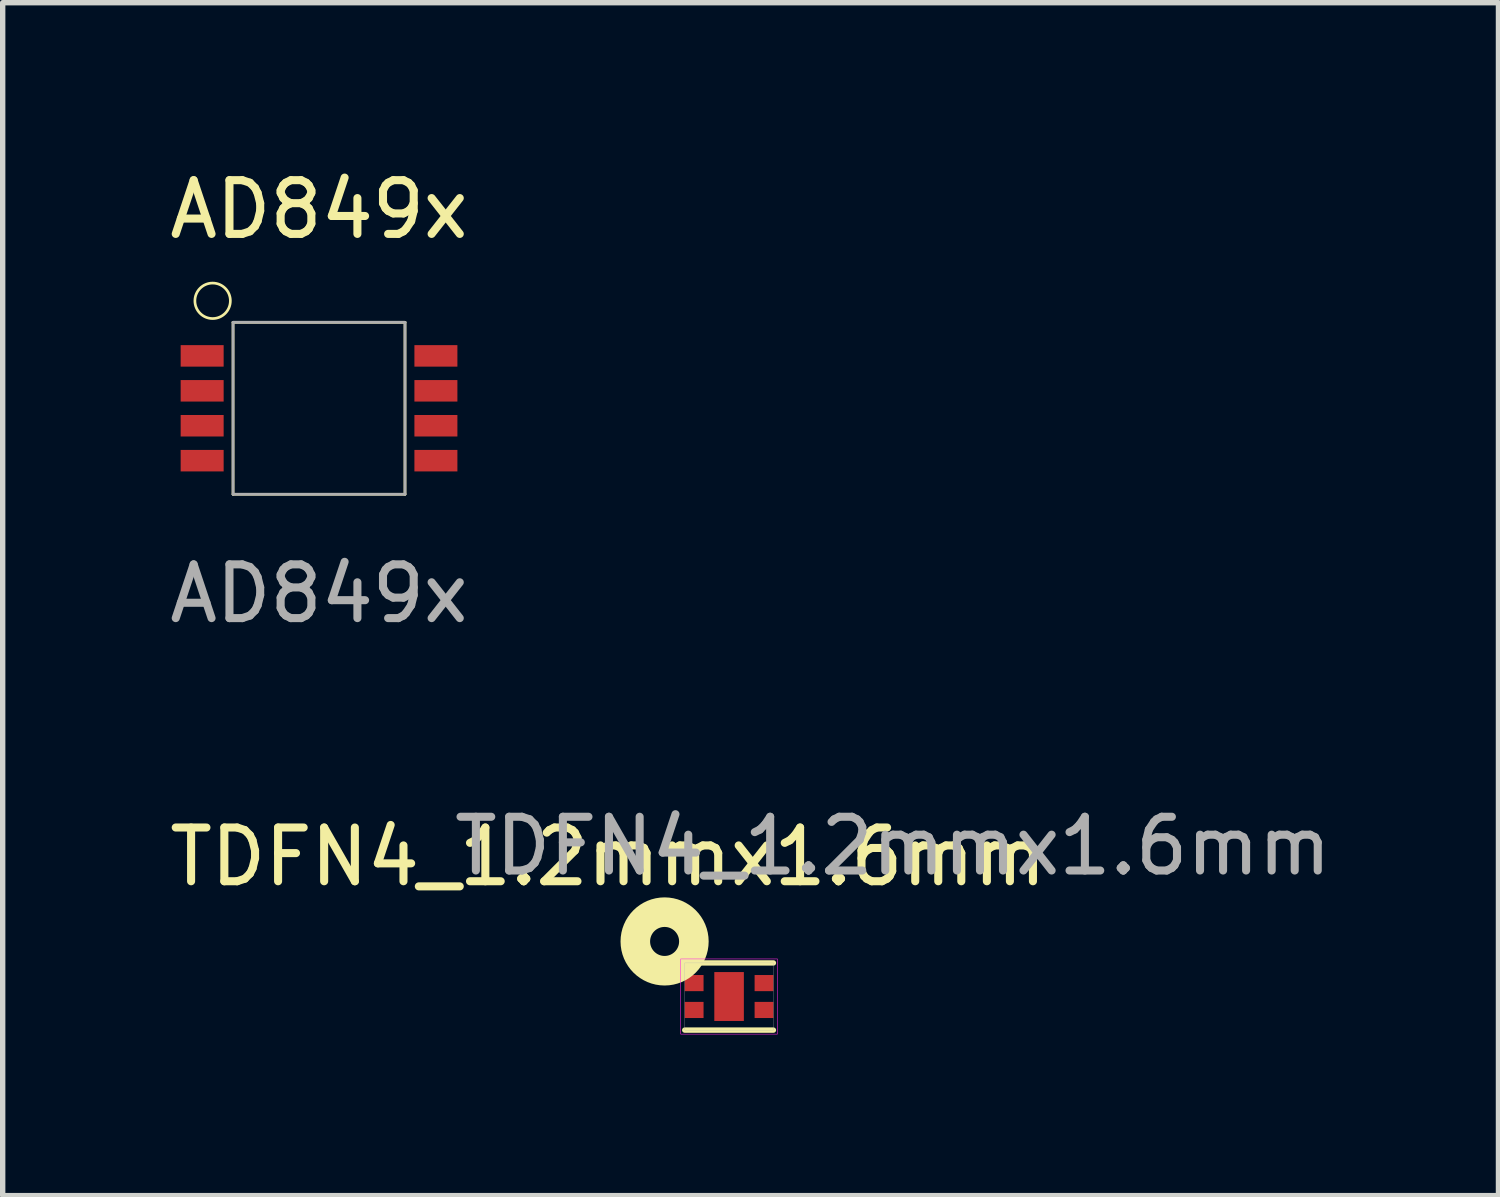
<source format=kicad_pcb>
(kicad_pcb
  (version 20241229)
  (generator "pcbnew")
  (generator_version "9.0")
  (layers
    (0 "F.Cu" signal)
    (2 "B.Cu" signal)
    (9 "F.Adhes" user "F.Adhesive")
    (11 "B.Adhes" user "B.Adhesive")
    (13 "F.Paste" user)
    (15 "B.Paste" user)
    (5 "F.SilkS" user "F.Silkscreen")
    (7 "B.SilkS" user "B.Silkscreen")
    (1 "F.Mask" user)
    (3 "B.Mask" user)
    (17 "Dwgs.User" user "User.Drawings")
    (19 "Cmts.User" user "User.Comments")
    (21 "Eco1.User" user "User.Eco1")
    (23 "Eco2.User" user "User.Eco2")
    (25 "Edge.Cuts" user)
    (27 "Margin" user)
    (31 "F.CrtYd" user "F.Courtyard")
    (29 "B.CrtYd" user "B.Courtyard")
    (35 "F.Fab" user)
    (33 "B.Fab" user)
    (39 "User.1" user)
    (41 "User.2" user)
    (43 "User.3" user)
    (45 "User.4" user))
  (footprint "AD849x"
    (layer "F.Cu")
    (at 2.887 4.548)
    (property "Reference" "AD849x" (at 0 -3.7 0) (unlocked yes) (layer "F.SilkS") (effects (font (size 1 1) (thickness 0.15))))
    (attr smd)
    (fp_line (start -1.6 1.6) (end -1.6 -1.6) (stroke (width 0.05) (type solid)) (layer "F.SilkS"))
    (fp_line (start 1.6 -1.6) (end -1.6 -1.6) (stroke (width 0.05) (type solid)) (layer "F.SilkS"))
    (fp_line (start 1.6 1.6) (end -1.6 1.6) (stroke (width 0.05) (type solid)) (layer "F.SilkS"))
    (fp_line (start 1.6 1.6) (end 1.6 -1.6) (stroke (width 0.05) (type solid)) (layer "F.SilkS"))
    (fp_circle (center -1.98 -2) (end -1.65 -2) (stroke (width 0.05) (type solid)) (fill no) (layer "F.SilkS"))
    (fp_line (start -1.6 -1.6) (end 1.6 -1.6) (stroke (width 0.05) (type solid)) (layer "F.Fab"))
    (fp_line (start -1.6 1.6) (end -1.6 -1.6) (stroke (width 0.05) (type solid)) (layer "F.Fab"))
    (fp_line (start 1.6 -1.6) (end 1.6 1.6) (stroke (width 0.05) (type solid)) (layer "F.Fab"))
    (fp_line (start 1.6 1.6) (end -1.6 1.6) (stroke (width 0.05) (type solid)) (layer "F.Fab"))
    (fp_text user "${REFERENCE}" (at 0 3.45 0) (unlocked yes) (layer "F.Fab") (effects (font (size 1 1) (thickness 0.15))))
    (pad "1" smd rect (at -2.175 -0.975) (size 0.8 0.4) (layers "F.Cu" "F.Mask" "F.Paste"))
    (pad "2" smd rect (at -2.175 -0.325) (size 0.8 0.4) (layers "F.Cu" "F.Mask" "F.Paste"))
    (pad "3" smd rect (at -2.175 0.325) (size 0.8 0.4) (layers "F.Cu" "F.Mask" "F.Paste"))
    (pad "4" smd rect (at -2.175 0.975) (size 0.8 0.4) (layers "F.Cu" "F.Mask" "F.Paste"))
    (pad "5" smd rect (at 2.175 0.975) (size 0.8 0.4) (layers "F.Cu" "F.Mask" "F.Paste"))
    (pad "6" smd rect (at 2.175 0.325) (size 0.8 0.4) (layers "F.Cu" "F.Mask" "F.Paste"))
    (pad "7" smd rect (at 2.175 -0.325) (size 0.8 0.4) (layers "F.Cu" "F.Mask" "F.Paste"))
    (pad "8" smd rect (at 2.175 -0.975) (size 0.8 0.4) (layers "F.Cu" "F.Mask" "F.Paste")))
  (footprint "TDFN4_1.2mmx1.6mm"
    (layer "F.Cu")
    (at 10.518 15.495)
    (property "Reference" "TDFN4_1.2mmx1.6mm" (at -2.25 -2.6 0) (unlocked yes) (layer "F.SilkS") (effects (font (size 1 1) (thickness 0.15))))
    (attr smd)
    (fp_line (start -0.825 -0.625) (end 0.825 -0.625) (stroke (width 0.1) (type solid)) (layer "F.SilkS"))
    (fp_line (start 0.825 0.625) (end -0.825 0.625) (stroke (width 0.1) (type solid)) (layer "F.SilkS"))
    (fp_circle (center -1.2 -1.025) (end -0.93 -1.025) (stroke (width 0.55) (type solid)) (fill no) (layer "F.SilkS"))
    (fp_rect (start -0.9 0.7) (end 0.9 -0.7) (stroke (width 0.01) (type solid)) (fill no) (layer "F.CrtYd"))
    (fp_rect (start -0.825 0.625) (end 0.825 -0.625) (stroke (width 0.005) (type solid)) (fill no) (layer "F.Fab"))
    (fp_text user "${REFERENCE}" (at 3.05 -2.8 0) (unlocked yes) (layer "F.Fab") (effects (font (size 1 1) (thickness 0.15))))
    (pad "1" smd rect (at -0.65 -0.25) (size 0.35 0.3) (layers "F.Cu" "F.Mask" "F.Paste"))
    (pad "2" smd rect (at -0.65 0.25) (size 0.35 0.3) (layers "F.Cu" "F.Mask" "F.Paste"))
    (pad "2" smd rect (at 0 0) (size 0.55 0.91) (layers "F.Cu" "F.Mask" "F.Paste"))
    (pad "3" smd rect (at 0.65 0.25) (size 0.35 0.3) (layers "F.Cu" "F.Mask" "F.Paste"))
    (pad "4" smd rect (at 0.65 -0.25) (size 0.35 0.3) (layers "F.Cu" "F.Mask" "F.Paste")))
  (gr_rect
    (start -3 -3)
    (end 24.836 19.2)
    (stroke (width 0.1) (type default))
    (fill no)
    (layer "Edge.Cuts")))
</source>
